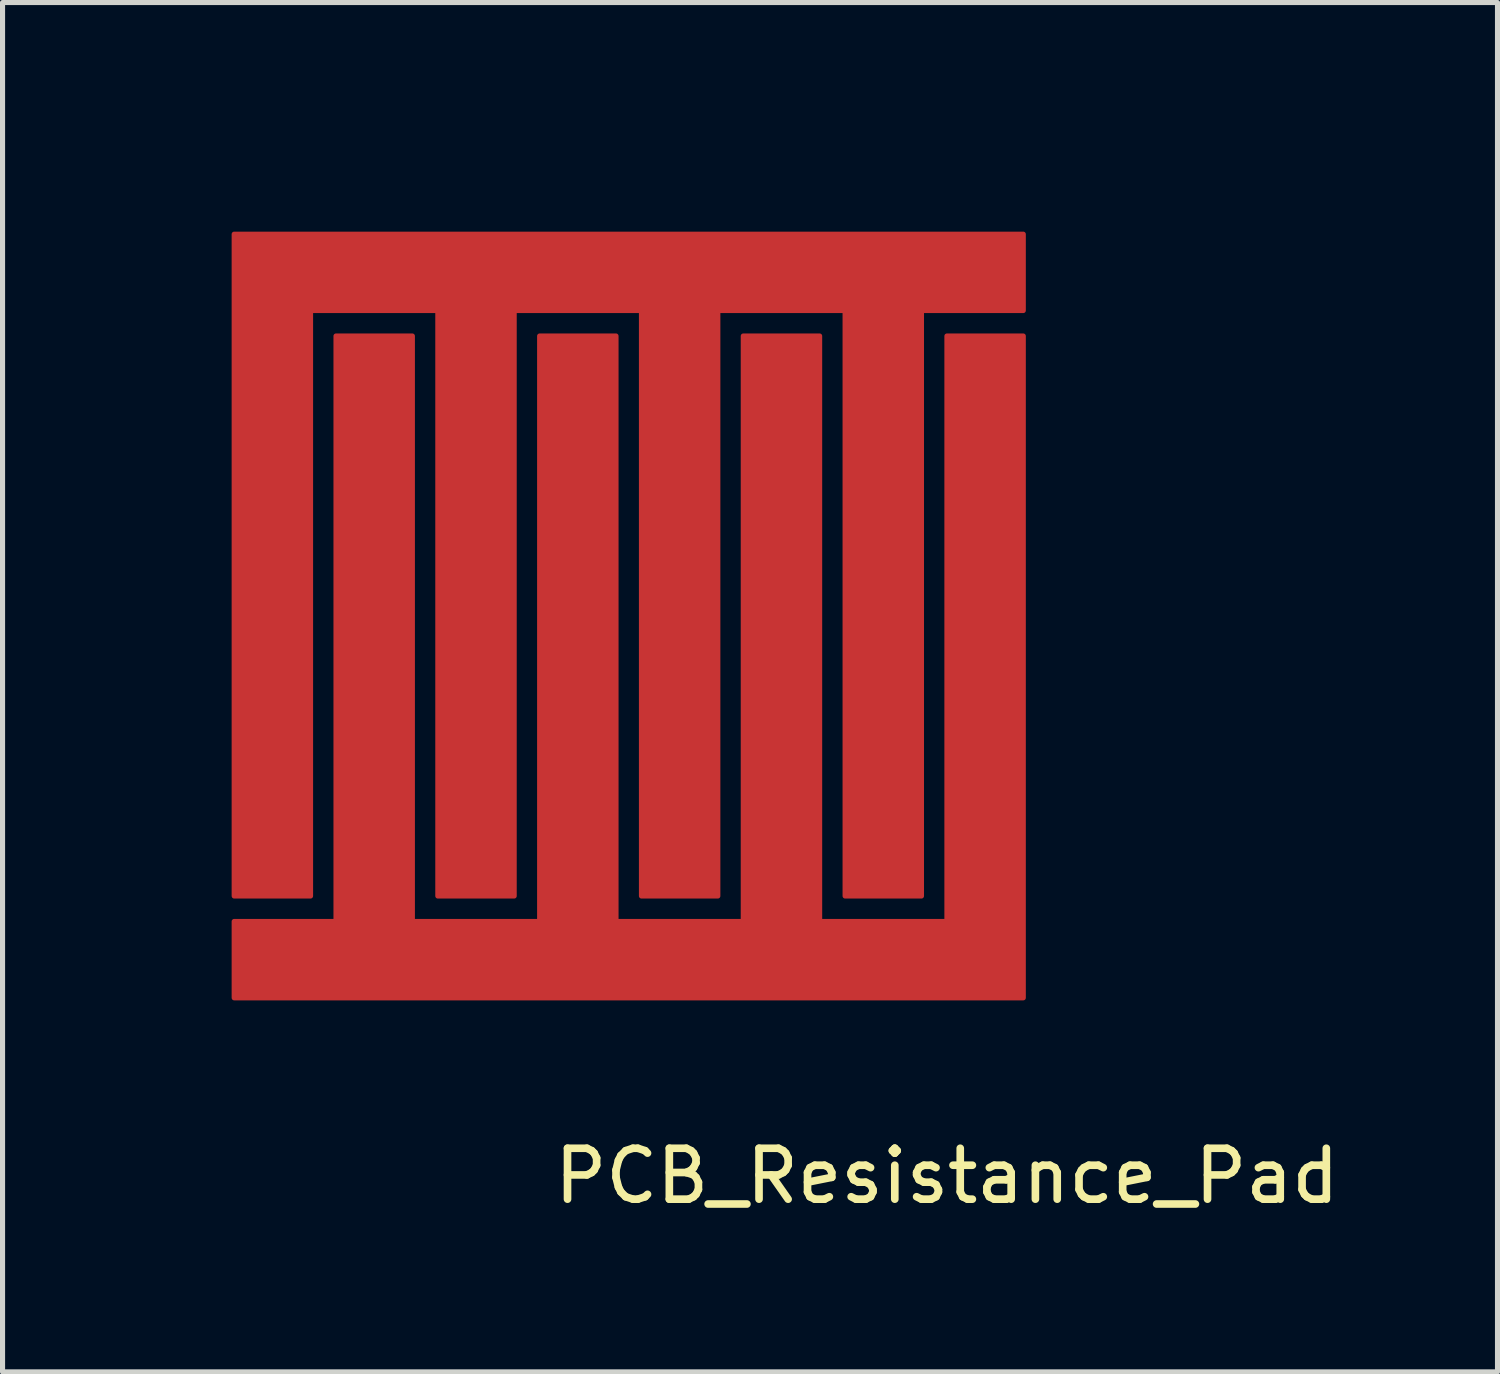
<source format=kicad_pcb>
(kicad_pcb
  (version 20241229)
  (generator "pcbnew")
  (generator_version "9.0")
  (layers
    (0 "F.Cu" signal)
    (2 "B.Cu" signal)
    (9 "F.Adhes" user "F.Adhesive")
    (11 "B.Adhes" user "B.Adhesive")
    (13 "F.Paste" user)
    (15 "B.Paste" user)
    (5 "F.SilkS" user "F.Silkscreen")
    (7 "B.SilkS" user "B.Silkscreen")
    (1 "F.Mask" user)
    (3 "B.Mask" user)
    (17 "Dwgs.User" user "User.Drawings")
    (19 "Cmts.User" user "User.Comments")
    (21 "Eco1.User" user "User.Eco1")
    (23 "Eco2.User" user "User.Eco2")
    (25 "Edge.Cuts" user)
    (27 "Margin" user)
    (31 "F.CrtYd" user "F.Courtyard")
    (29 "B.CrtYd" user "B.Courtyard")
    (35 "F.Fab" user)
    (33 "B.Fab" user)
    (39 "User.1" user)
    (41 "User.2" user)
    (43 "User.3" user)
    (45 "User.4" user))
  (footprint "PCB_Resistance_Pad"
    (layer "F.Cu")
    (at 9.55 10.05)
    (property "Reference" "PCB_Resistance_Pad" (at 6 10 0) (layer "F.SilkS") (effects (font (size 1 1) (thickness 0.15))))
    (attr exclude_from_pos_files exclude_from_bom)
    (fp_poly (pts (xy -8 5) (xy -6 5) (xy -6 -6.5) (xy -4.5 -6.5) (xy -4.5 5) (xy -2 5) (xy -2 -6.5) (xy -0.5 -6.5) (xy -0.5 5) (xy 2 5) (xy 2 -6.5) (xy 3.5 -6.5) (xy 3.5 5) (xy 6 5) (xy 6 -6.5) (xy 7.5 -6.5) (xy 7.5 5) (xy 7.5 6.5) (xy -8 6.5)) (stroke (width 0.1) (type solid)) (fill yes) (layer "F.Cu"))
    (fp_poly (pts (xy 7.5 -7) (xy 5.5 -7) (xy 5.5 4.5) (xy 4 4.5) (xy 4 -7) (xy 1.5 -7) (xy 1.5 4.5) (xy 0 4.5) (xy 0 -7) (xy -2.5 -7) (xy -2.5 4.5) (xy -4 4.5) (xy -4 -7) (xy -6.5 -7) (xy -6.5 4.5) (xy -8 4.5) (xy -8 -7) (xy -8 -8.5) (xy 7.5 -8.5)) (stroke (width 0.1) (type solid)) (fill yes) (layer "F.Cu"))
    (fp_poly (pts (xy -9.5 -10) (xy 9 -10) (xy 9 8) (xy -9.5 8)) (stroke (width 0.1) (type solid)) (fill yes) (layer "F.Mask"))
    (pad "1" smd rect (at -7.25 3.75) (size 1.5 1.5) (layers "F.Cu" "F.Mask"))
    (pad "2" smd rect (at -7.25 5.75) (size 1.5 1.5) (layers "F.Cu" "F.Mask")))
  (gr_rect
    (start -3 -3)
    (end 26.365 23.898)
    (stroke (width 0.1) (type default))
    (fill no)
    (layer "Edge.Cuts")))
</source>
